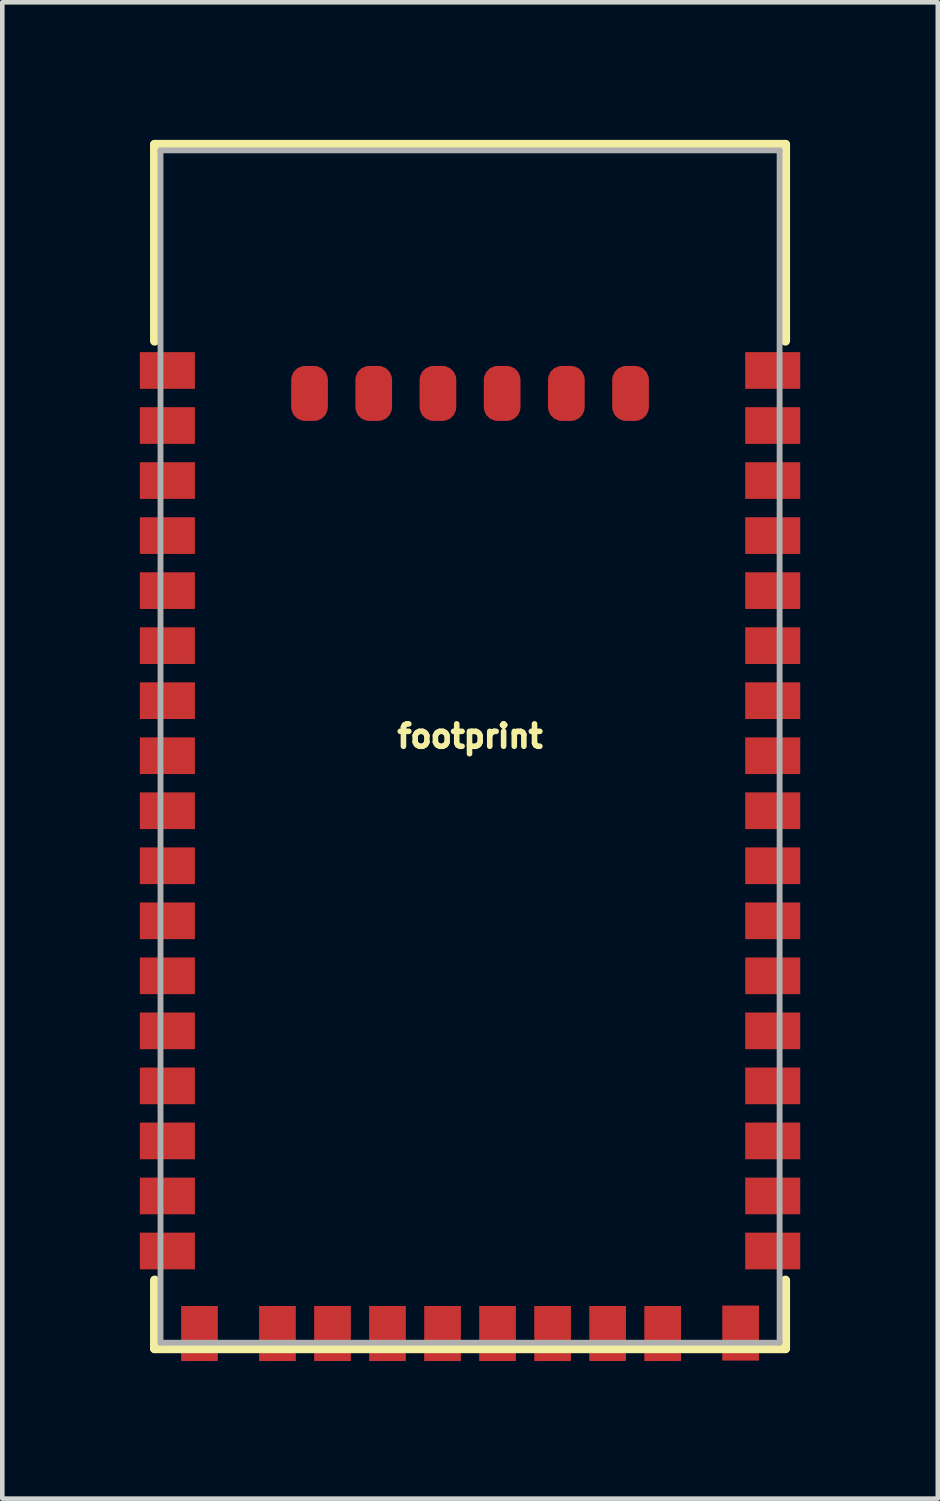
<source format=kicad_pcb>
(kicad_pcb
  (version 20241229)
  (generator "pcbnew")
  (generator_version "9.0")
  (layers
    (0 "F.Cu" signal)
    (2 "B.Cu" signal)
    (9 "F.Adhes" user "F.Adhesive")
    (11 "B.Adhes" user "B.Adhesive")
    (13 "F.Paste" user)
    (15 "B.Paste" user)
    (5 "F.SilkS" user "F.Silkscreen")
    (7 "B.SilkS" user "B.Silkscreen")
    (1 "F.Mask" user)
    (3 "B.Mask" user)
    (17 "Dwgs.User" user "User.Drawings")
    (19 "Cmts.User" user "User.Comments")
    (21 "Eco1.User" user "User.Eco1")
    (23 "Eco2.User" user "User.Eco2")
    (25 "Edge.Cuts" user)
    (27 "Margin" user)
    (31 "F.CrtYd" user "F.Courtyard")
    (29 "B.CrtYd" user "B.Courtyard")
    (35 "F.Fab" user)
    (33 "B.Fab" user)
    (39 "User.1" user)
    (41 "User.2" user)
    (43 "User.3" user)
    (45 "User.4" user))
  (footprint "footprint"
    (layer "F.Cu")
    (at 7.2 14.559)
    (property "Reference" "footprint" (at 0 -1.27 0) (layer "F.SilkS") (effects (font (size 0.488 0.488) (thickness 0.122)) (justify bottom)))
    (fp_line (start -6.877 -14.457) (end -6.877 -10.174) (stroke (width 0.203) (type solid)) (layer "F.SilkS"))
    (fp_line (start -6.877 10.308) (end -6.877 11.797) (stroke (width 0.203) (type solid)) (layer "F.SilkS"))
    (fp_line (start -6.877 11.797) (end 6.877 11.797) (stroke (width 0.203) (type solid)) (layer "F.SilkS"))
    (fp_line (start 6.877 -14.457) (end -6.877 -14.457) (stroke (width 0.203) (type solid)) (layer "F.SilkS"))
    (fp_line (start 6.877 -14.457) (end 6.877 -10.174) (stroke (width 0.203) (type solid)) (layer "F.SilkS"))
    (fp_line (start 6.877 10.308) (end 6.877 11.797) (stroke (width 0.203) (type solid)) (layer "F.SilkS"))
    (fp_line (start -6.75 -14.33) (end -6.75 11.67) (stroke (width 0.127) (type solid)) (layer "F.Fab"))
    (fp_line (start -6.75 11.67) (end 6.75 11.67) (stroke (width 0.127) (type solid)) (layer "F.Fab"))
    (fp_line (start 6.75 -14.33) (end -6.75 -14.33) (stroke (width 0.127) (type solid)) (layer "F.Fab"))
    (fp_line (start 6.75 11.67) (end 6.75 -14.33) (stroke (width 0.127) (type solid)) (layer "F.Fab"))
    (pad "1" smd rect (at -6.6 -8.33) (size 1.2 0.8) (layers "F.Cu" "F.Mask" "F.Paste"))
    (pad "2" smd rect (at -6.6 -7.13) (size 1.2 0.8) (layers "F.Cu" "F.Mask" "F.Paste"))
    (pad "3" smd rect (at -6.6 -5.93) (size 1.2 0.8) (layers "F.Cu" "F.Mask" "F.Paste"))
    (pad "4" smd rect (at -6.6 -4.73) (size 1.2 0.8) (layers "F.Cu" "F.Mask" "F.Paste"))
    (pad "5" smd rect (at -6.6 -3.53) (size 1.2 0.8) (layers "F.Cu" "F.Mask" "F.Paste"))
    (pad "6" smd rect (at -6.6 -2.33) (size 1.2 0.8) (layers "F.Cu" "F.Mask" "F.Paste"))
    (pad "7" smd rect (at -6.6 -1.13) (size 1.2 0.8) (layers "F.Cu" "F.Mask" "F.Paste"))
    (pad "8" smd rect (at -6.6 0.07) (size 1.2 0.8) (layers "F.Cu" "F.Mask" "F.Paste"))
    (pad "9" smd rect (at -6.6 1.27) (size 1.2 0.8) (layers "F.Cu" "F.Mask" "F.Paste"))
    (pad "10" smd rect (at -6.6 2.47) (size 1.2 0.8) (layers "F.Cu" "F.Mask" "F.Paste"))
    (pad "11" smd rect (at -6.6 3.67) (size 1.2 0.8) (layers "F.Cu" "F.Mask" "F.Paste"))
    (pad "12" smd rect (at -6.6 4.87) (size 1.2 0.8) (layers "F.Cu" "F.Mask" "F.Paste"))
    (pad "13" smd rect (at -6.6 6.07) (size 1.2 0.8) (layers "F.Cu" "F.Mask" "F.Paste"))
    (pad "14" smd rect (at -6.6 7.27) (size 1.2 0.8) (layers "F.Cu" "F.Mask" "F.Paste"))
    (pad "15" smd rect (at -6.6 8.47) (size 1.2 0.8) (layers "F.Cu" "F.Mask" "F.Paste"))
    (pad "16" smd rect (at -6.6 9.67) (size 1.2 0.8) (layers "F.Cu" "F.Mask" "F.Paste"))
    (pad "17" smd rect (at -4.2 11.47 90) (size 1.2 0.8) (layers "F.Cu" "F.Mask" "F.Paste"))
    (pad "18" smd rect (at -3 11.47 90) (size 1.2 0.8) (layers "F.Cu" "F.Mask" "F.Paste"))
    (pad "19" smd rect (at -1.8 11.47 90) (size 1.2 0.8) (layers "F.Cu" "F.Mask" "F.Paste"))
    (pad "20" smd rect (at -0.6 11.47 90) (size 1.2 0.8) (layers "F.Cu" "F.Mask" "F.Paste"))
    (pad "21" smd rect (at 0.6 11.47 90) (size 1.2 0.8) (layers "F.Cu" "F.Mask" "F.Paste"))
    (pad "22" smd rect (at 1.8 11.47 90) (size 1.2 0.8) (layers "F.Cu" "F.Mask" "F.Paste"))
    (pad "23" smd rect (at 3 11.47 90) (size 1.2 0.8) (layers "F.Cu" "F.Mask" "F.Paste"))
    (pad "24" smd rect (at 4.2 11.47 90) (size 1.2 0.8) (layers "F.Cu" "F.Mask" "F.Paste"))
    (pad "25" smd rect (at 6.6 9.67 180) (size 1.2 0.8) (layers "F.Cu" "F.Mask" "F.Paste"))
    (pad "26" smd rect (at 6.6 8.47 180) (size 1.2 0.8) (layers "F.Cu" "F.Mask" "F.Paste"))
    (pad "27" smd rect (at 6.6 7.27 180) (size 1.2 0.8) (layers "F.Cu" "F.Mask" "F.Paste"))
    (pad "28" smd rect (at 6.6 6.07 180) (size 1.2 0.8) (layers "F.Cu" "F.Mask" "F.Paste"))
    (pad "29" smd rect (at 6.6 4.87 180) (size 1.2 0.8) (layers "F.Cu" "F.Mask" "F.Paste"))
    (pad "30" smd rect (at 6.6 3.67 180) (size 1.2 0.8) (layers "F.Cu" "F.Mask" "F.Paste"))
    (pad "31" smd rect (at 6.6 2.47 180) (size 1.2 0.8) (layers "F.Cu" "F.Mask" "F.Paste"))
    (pad "32" smd rect (at 6.6 1.27 180) (size 1.2 0.8) (layers "F.Cu" "F.Mask" "F.Paste"))
    (pad "33" smd rect (at 6.6 0.07 180) (size 1.2 0.8) (layers "F.Cu" "F.Mask" "F.Paste"))
    (pad "34" smd rect (at 6.6 -1.13 180) (size 1.2 0.8) (layers "F.Cu" "F.Mask" "F.Paste"))
    (pad "35" smd rect (at 6.6 -2.33 180) (size 1.2 0.8) (layers "F.Cu" "F.Mask" "F.Paste"))
    (pad "36" smd rect (at 6.6 -3.53 180) (size 1.2 0.8) (layers "F.Cu" "F.Mask" "F.Paste"))
    (pad "37" smd rect (at 6.6 -4.73 180) (size 1.2 0.8) (layers "F.Cu" "F.Mask" "F.Paste"))
    (pad "38" smd rect (at 6.6 -5.93 180) (size 1.2 0.8) (layers "F.Cu" "F.Mask" "F.Paste"))
    (pad "39" smd rect (at 6.6 -7.13 180) (size 1.2 0.8) (layers "F.Cu" "F.Mask" "F.Paste"))
    (pad "40" smd rect (at 6.6 -8.33 180) (size 1.2 0.8) (layers "F.Cu" "F.Mask" "F.Paste"))
    (pad "G1" smd rect (at -6.6 -9.53) (size 1.2 0.8) (layers "F.Cu" "F.Mask" "F.Paste"))
    (pad "G2" smd rect (at -5.9 11.47 90) (size 1.2 0.8) (layers "F.Cu" "F.Mask" "F.Paste"))
    (pad "G3" smd rect (at 5.9 11.46 180) (size 0.8 1.2) (layers "F.Cu" "F.Mask" "F.Paste"))
    (pad "G4" smd rect (at 6.6 -9.53 180) (size 1.2 0.8) (layers "F.Cu" "F.Mask" "F.Paste"))
    (pad "RFG1" smd roundrect (at -3.5 -9.03 90) (size 1.2 0.8) (layers "F.Cu" "F.Mask" "F.Paste") (roundrect_rratio 0.375))
    (pad "RFG2" smd roundrect (at -2.1 -9.03 90) (size 1.2 0.8) (layers "F.Cu" "F.Mask" "F.Paste") (roundrect_rratio 0.375))
    (pad "RFG3" smd roundrect (at -0.7 -9.03 90) (size 1.2 0.8) (layers "F.Cu" "F.Mask" "F.Paste") (roundrect_rratio 0.375))
    (pad "RFG4" smd roundrect (at 0.7 -9.03 90) (size 1.2 0.8) (layers "F.Cu" "F.Mask" "F.Paste") (roundrect_rratio 0.375))
    (pad "RFG5" smd roundrect (at 2.1 -9.03 90) (size 1.2 0.8) (layers "F.Cu" "F.Mask" "F.Paste") (roundrect_rratio 0.375))
    (pad "RFG6" smd roundrect (at 3.5 -9.03 90) (size 1.2 0.8) (layers "F.Cu" "F.Mask" "F.Paste") (roundrect_rratio 0.375)))
  (gr_rect
    (start -3 -3)
    (end 17.4 29.629)
    (stroke (width 0.1) (type default))
    (fill no)
    (layer "Edge.Cuts")))
</source>
